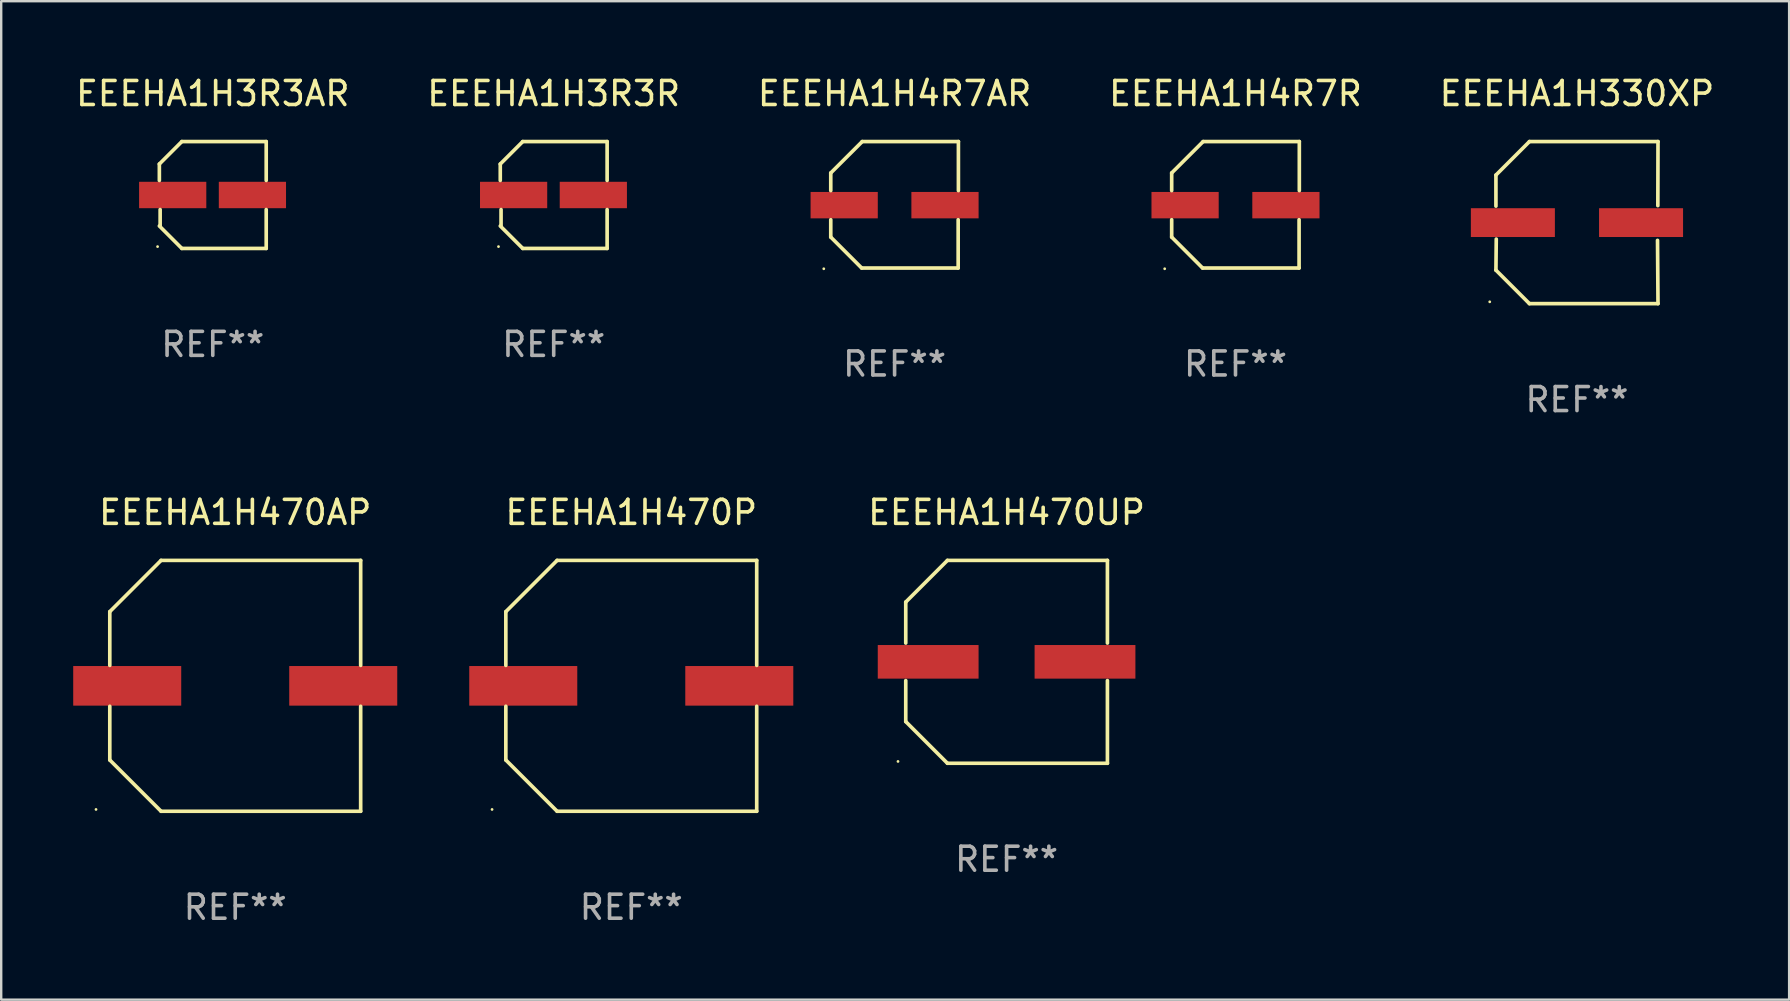
<source format=kicad_pcb>
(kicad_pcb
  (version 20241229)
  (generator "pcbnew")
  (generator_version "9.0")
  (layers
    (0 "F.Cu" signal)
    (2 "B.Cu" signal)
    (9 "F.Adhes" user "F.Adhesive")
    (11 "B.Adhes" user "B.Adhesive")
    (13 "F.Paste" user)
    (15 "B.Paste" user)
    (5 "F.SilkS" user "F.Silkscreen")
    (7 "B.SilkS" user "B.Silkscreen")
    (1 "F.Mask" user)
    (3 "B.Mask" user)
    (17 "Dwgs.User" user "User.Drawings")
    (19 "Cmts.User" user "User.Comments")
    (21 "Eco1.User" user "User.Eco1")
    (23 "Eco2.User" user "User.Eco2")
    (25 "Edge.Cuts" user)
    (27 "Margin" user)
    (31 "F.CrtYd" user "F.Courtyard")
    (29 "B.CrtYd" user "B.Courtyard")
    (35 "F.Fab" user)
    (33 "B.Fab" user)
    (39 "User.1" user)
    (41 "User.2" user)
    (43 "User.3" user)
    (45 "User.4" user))
  (footprint "EEEHA1H330XP"
    (layer "F.Cu")
    (at 62.649 6.224)
    (property "Reference" "EEEHA1H330XP" (at 0 -5.376 0) (layer "F.SilkS") (effects (font (size 1 1) (thickness 0.15))))
    (attr through_hole)
    (fp_line (start -3.376 -1.98) (end -3.376 -0.686) (stroke (width 0.152) (type solid)) (layer "F.SilkS"))
    (fp_line (start -3.376 1.981) (end -3.362 0.686) (stroke (width 0.152) (type solid)) (layer "F.SilkS"))
    (fp_line (start -1.981 3.376) (end -3.376 1.981) (stroke (width 0.152) (type solid)) (layer "F.SilkS"))
    (fp_line (start -1.98 -3.376) (end -3.376 -1.98) (stroke (width 0.152) (type solid)) (layer "F.SilkS"))
    (fp_line (start 3.356 0.74) (end 3.376 3.376) (stroke (width 0.152) (type solid)) (layer "F.SilkS"))
    (fp_line (start 3.369 -0.707) (end 3.376 -3.376) (stroke (width 0.152) (type solid)) (layer "F.SilkS"))
    (fp_line (start 3.376 3.376) (end -1.981 3.376) (stroke (width 0.152) (type solid)) (layer "F.SilkS"))
    (fp_line (start 3.376 -3.376) (end -1.98 -3.376) (stroke (width 0.152) (type solid)) (layer "F.SilkS"))
    (fp_circle (center -3.634 3.3) (end -3.604 3.3) (stroke (width 0.06) (type solid)) (fill no) (layer "F.SilkS"))
    (fp_text user "REF**" (at 0 7.376 0) (layer "F.Fab") (effects (font (size 1 1) (thickness 0.15))))
    (pad "1" smd rect (at -2.67 0.000254) (size 3.5 1.2) (layers "F.Cu" "F.Mask" "F.Paste"))
    (pad "2" smd rect (at 2.67 0.000254) (size 3.5 1.2) (layers "F.Cu" "F.Mask" "F.Paste")))
  (footprint "EEEHA1H470P"
    (layer "F.Cu")
    (at 23.25 25.523)
    (property "Reference" "EEEHA1H470P" (at 0 -7.226 0) (layer "F.SilkS") (effects (font (size 1 1) (thickness 0.15))))
    (attr through_hole)
    (fp_line (start -5.226 -3.09) (end -5.226 -0.852) (stroke (width 0.152) (type solid)) (layer "F.SilkS"))
    (fp_line (start -5.226 3.09) (end -5.226 0.852) (stroke (width 0.152) (type solid)) (layer "F.SilkS"))
    (fp_line (start -3.09 -5.226) (end -5.226 -3.09) (stroke (width 0.152) (type solid)) (layer "F.SilkS"))
    (fp_line (start -3.09 5.226) (end -5.226 3.09) (stroke (width 0.152) (type solid)) (layer "F.SilkS"))
    (fp_line (start 5.226 -5.226) (end -3.09 -5.226) (stroke (width 0.152) (type solid)) (layer "F.SilkS"))
    (fp_line (start 5.226 -0.852) (end 5.226 -5.226) (stroke (width 0.152) (type solid)) (layer "F.SilkS"))
    (fp_line (start 5.226 0.852) (end 5.226 5.226) (stroke (width 0.152) (type solid)) (layer "F.SilkS"))
    (fp_line (start 5.226 5.226) (end -3.09 5.226) (stroke (width 0.152) (type solid)) (layer "F.SilkS"))
    (fp_circle (center -5.8 5.15) (end -5.77 5.15) (stroke (width 0.06) (type solid)) (fill no) (layer "F.SilkS"))
    (fp_text user "REF**" (at 0 9.226 0) (layer "F.Fab") (effects (font (size 1 1) (thickness 0.15))))
    (pad "1" smd rect (at -4.5 0) (size 4.5 1.65) (layers "F.Cu" "F.Mask" "F.Paste"))
    (pad "2" smd rect (at 4.5 0) (size 4.5 1.65) (layers "F.Cu" "F.Mask" "F.Paste")))
  (footprint "EEEHA1H4R7AR"
    (layer "F.Cu")
    (at 34.22 5.482)
    (property "Reference" "EEEHA1H4R7AR" (at 0 -4.634 0) (layer "F.SilkS") (effects (font (size 1 1) (thickness 0.15))))
    (attr through_hole)
    (fp_line (start -2.659 -1.326) (end -2.659 -0.592) (stroke (width 0.152) (type solid)) (layer "F.SilkS"))
    (fp_line (start -2.659 1.346) (end -2.659 0.622) (stroke (width 0.152) (type solid)) (layer "F.SilkS"))
    (fp_line (start -1.372 2.634) (end -2.659 1.346) (stroke (width 0.152) (type solid)) (layer "F.SilkS"))
    (fp_line (start -1.349 -2.634) (end -2.659 -1.326) (stroke (width 0.152) (type solid)) (layer "F.SilkS"))
    (fp_line (start 2.649 0.622) (end 2.649 2.634) (stroke (width 0.152) (type solid)) (layer "F.SilkS"))
    (fp_line (start 2.649 2.634) (end -1.372 2.634) (stroke (width 0.152) (type solid)) (layer "F.SilkS"))
    (fp_line (start 2.659 -2.634) (end -1.349 -2.634) (stroke (width 0.152) (type solid)) (layer "F.SilkS"))
    (fp_line (start 2.659 -0.592) (end 2.659 -2.634) (stroke (width 0.152) (type solid)) (layer "F.SilkS"))
    (fp_circle (center -2.95 2.665) (end -2.92 2.665) (stroke (width 0.06) (type solid)) (fill no) (layer "F.SilkS"))
    (fp_text user "REF**" (at 0 6.634 0) (layer "F.Fab") (effects (font (size 1 1) (thickness 0.15))))
    (pad "1" smd rect (at -2.1 0.015) (size 2.8 1.1) (layers "F.Cu" "F.Mask" "F.Paste"))
    (pad "2" smd rect (at 2.1 0.015) (size 2.8 1.1) (layers "F.Cu" "F.Mask" "F.Paste")))
  (footprint "EEEHA1H3R3R"
    (layer "F.Cu")
    (at 20.018 5.074)
    (property "Reference" "EEEHA1H3R3R" (at 0 -4.226 0) (layer "F.SilkS") (effects (font (size 1 1) (thickness 0.15))))
    (attr through_hole)
    (fp_line (start -2.226 -1.29) (end -2.226 -0.607) (stroke (width 0.152) (type solid)) (layer "F.SilkS"))
    (fp_line (start -2.193 1.29) (end -2.193 0.607) (stroke (width 0.152) (type solid)) (layer "F.SilkS"))
    (fp_line (start -1.29 2.226) (end -2.226 1.29) (stroke (width 0.152) (type solid)) (layer "F.SilkS"))
    (fp_line (start -1.29 -2.226) (end -2.226 -1.29) (stroke (width 0.152) (type solid)) (layer "F.SilkS"))
    (fp_line (start 2.226 -2.226) (end -1.29 -2.226) (stroke (width 0.152) (type solid)) (layer "F.SilkS"))
    (fp_line (start 2.226 -0.607) (end 2.226 -2.226) (stroke (width 0.152) (type solid)) (layer "F.SilkS"))
    (fp_line (start 2.226 0.607) (end 2.226 2.226) (stroke (width 0.152) (type solid)) (layer "F.SilkS"))
    (fp_line (start 2.226 2.226) (end -1.29 2.226) (stroke (width 0.152) (type solid)) (layer "F.SilkS"))
    (fp_circle (center -2.3 2.15) (end -2.27 2.15) (stroke (width 0.06) (type solid)) (fill no) (layer "F.SilkS"))
    (fp_text user "REF**" (at 0 6.226 0) (layer "F.Fab") (effects (font (size 1 1) (thickness 0.15))))
    (pad "1" smd rect (at -1.67 -0.000025) (size 2.8 1.1) (layers "F.Cu" "F.Mask" "F.Paste"))
    (pad "2" smd rect (at 1.651 -0.000025) (size 2.8 1.1) (layers "F.Cu" "F.Mask" "F.Paste")))
  (footprint "EEEHA1H470AP"
    (layer "F.Cu")
    (at 6.75 25.523)
    (property "Reference" "EEEHA1H470AP" (at 0 -7.226 0) (layer "F.SilkS") (effects (font (size 1 1) (thickness 0.15))))
    (attr through_hole)
    (fp_line (start -5.226 -3.09) (end -5.226 -0.852) (stroke (width 0.152) (type solid)) (layer "F.SilkS"))
    (fp_line (start -5.226 3.09) (end -5.226 0.852) (stroke (width 0.152) (type solid)) (layer "F.SilkS"))
    (fp_line (start -3.09 -5.226) (end -5.226 -3.09) (stroke (width 0.152) (type solid)) (layer "F.SilkS"))
    (fp_line (start -3.09 5.226) (end -5.226 3.09) (stroke (width 0.152) (type solid)) (layer "F.SilkS"))
    (fp_line (start 5.226 -5.226) (end -3.09 -5.226) (stroke (width 0.152) (type solid)) (layer "F.SilkS"))
    (fp_line (start 5.226 -0.852) (end 5.226 -5.226) (stroke (width 0.152) (type solid)) (layer "F.SilkS"))
    (fp_line (start 5.226 0.852) (end 5.226 5.226) (stroke (width 0.152) (type solid)) (layer "F.SilkS"))
    (fp_line (start 5.226 5.226) (end -3.09 5.226) (stroke (width 0.152) (type solid)) (layer "F.SilkS"))
    (fp_circle (center -5.8 5.15) (end -5.77 5.15) (stroke (width 0.06) (type solid)) (fill no) (layer "F.SilkS"))
    (fp_text user "REF**" (at 0 9.226 0) (layer "F.Fab") (effects (font (size 1 1) (thickness 0.15))))
    (pad "1" smd rect (at -4.5 0) (size 4.5 1.65) (layers "F.Cu" "F.Mask" "F.Paste"))
    (pad "2" smd rect (at 4.5 0) (size 4.5 1.65) (layers "F.Cu" "F.Mask" "F.Paste")))
  (footprint "EEEHA1H470UP"
    (layer "F.Cu")
    (at 38.886 24.523)
    (property "Reference" "EEEHA1H470UP" (at 0 -6.226 0) (layer "F.SilkS") (effects (font (size 1 1) (thickness 0.15))))
    (attr through_hole)
    (fp_line (start -4.201 -2.49) (end -4.201 -0.782) (stroke (width 0.152) (type solid)) (layer "F.SilkS"))
    (fp_line (start -4.201 2.49) (end -4.201 0.782) (stroke (width 0.152) (type solid)) (layer "F.SilkS"))
    (fp_line (start -2.465 -4.226) (end -4.201 -2.49) (stroke (width 0.152) (type solid)) (layer "F.SilkS"))
    (fp_line (start -2.465 4.226) (end -4.201 2.49) (stroke (width 0.152) (type solid)) (layer "F.SilkS"))
    (fp_line (start 4.201 -4.226) (end -2.465 -4.226) (stroke (width 0.152) (type solid)) (layer "F.SilkS"))
    (fp_line (start 4.201 -0.782) (end 4.201 -4.226) (stroke (width 0.152) (type solid)) (layer "F.SilkS"))
    (fp_line (start 4.201 0.782) (end 4.201 4.226) (stroke (width 0.152) (type solid)) (layer "F.SilkS"))
    (fp_line (start 4.201 4.226) (end -2.465 4.226) (stroke (width 0.152) (type solid)) (layer "F.SilkS"))
    (fp_circle (center -4.524 4.15) (end -4.494 4.15) (stroke (width 0.06) (type solid)) (fill no) (layer "F.SilkS"))
    (fp_text user "REF**" (at 0 8.226 0) (layer "F.Fab") (effects (font (size 1 1) (thickness 0.15))))
    (pad "1" smd rect (at -3.267 0) (size 4.2 1.4) (layers "F.Cu" "F.Mask" "F.Paste"))
    (pad "2" smd rect (at 3.267 0) (size 4.2 1.4) (layers "F.Cu" "F.Mask" "F.Paste")))
  (footprint "EEEHA1H3R3AR"
    (layer "F.Cu")
    (at 5.815 5.074)
    (property "Reference" "EEEHA1H3R3AR" (at 0 -4.226 0) (layer "F.SilkS") (effects (font (size 1 1) (thickness 0.15))))
    (attr through_hole)
    (fp_line (start -2.226 -1.29) (end -2.226 -0.607) (stroke (width 0.152) (type solid)) (layer "F.SilkS"))
    (fp_line (start -2.193 1.29) (end -2.193 0.607) (stroke (width 0.152) (type solid)) (layer "F.SilkS"))
    (fp_line (start -1.29 2.226) (end -2.226 1.29) (stroke (width 0.152) (type solid)) (layer "F.SilkS"))
    (fp_line (start -1.29 -2.226) (end -2.226 -1.29) (stroke (width 0.152) (type solid)) (layer "F.SilkS"))
    (fp_line (start 2.226 -2.226) (end -1.29 -2.226) (stroke (width 0.152) (type solid)) (layer "F.SilkS"))
    (fp_line (start 2.226 -0.607) (end 2.226 -2.226) (stroke (width 0.152) (type solid)) (layer "F.SilkS"))
    (fp_line (start 2.226 0.607) (end 2.226 2.226) (stroke (width 0.152) (type solid)) (layer "F.SilkS"))
    (fp_line (start 2.226 2.226) (end -1.29 2.226) (stroke (width 0.152) (type solid)) (layer "F.SilkS"))
    (fp_circle (center -2.3 2.15) (end -2.27 2.15) (stroke (width 0.06) (type solid)) (fill no) (layer "F.SilkS"))
    (fp_text user "REF**" (at 0 6.226 0) (layer "F.Fab") (effects (font (size 1 1) (thickness 0.15))))
    (pad "1" smd rect (at -1.67 -0.000025) (size 2.8 1.1) (layers "F.Cu" "F.Mask" "F.Paste"))
    (pad "2" smd rect (at 1.651 -0.000025) (size 2.8 1.1) (layers "F.Cu" "F.Mask" "F.Paste")))
  (footprint "EEEHA1H4R7R"
    (layer "F.Cu")
    (at 48.423 5.482)
    (property "Reference" "EEEHA1H4R7R" (at 0 -4.634 0) (layer "F.SilkS") (effects (font (size 1 1) (thickness 0.15))))
    (attr through_hole)
    (fp_line (start -2.659 -1.326) (end -2.659 -0.592) (stroke (width 0.152) (type solid)) (layer "F.SilkS"))
    (fp_line (start -2.659 1.346) (end -2.659 0.622) (stroke (width 0.152) (type solid)) (layer "F.SilkS"))
    (fp_line (start -1.372 2.634) (end -2.659 1.346) (stroke (width 0.152) (type solid)) (layer "F.SilkS"))
    (fp_line (start -1.349 -2.634) (end -2.659 -1.326) (stroke (width 0.152) (type solid)) (layer "F.SilkS"))
    (fp_line (start 2.649 0.622) (end 2.649 2.634) (stroke (width 0.152) (type solid)) (layer "F.SilkS"))
    (fp_line (start 2.649 2.634) (end -1.372 2.634) (stroke (width 0.152) (type solid)) (layer "F.SilkS"))
    (fp_line (start 2.659 -2.634) (end -1.349 -2.634) (stroke (width 0.152) (type solid)) (layer "F.SilkS"))
    (fp_line (start 2.659 -0.592) (end 2.659 -2.634) (stroke (width 0.152) (type solid)) (layer "F.SilkS"))
    (fp_circle (center -2.95 2.665) (end -2.92 2.665) (stroke (width 0.06) (type solid)) (fill no) (layer "F.SilkS"))
    (fp_text user "REF**" (at 0 6.634 0) (layer "F.Fab") (effects (font (size 1 1) (thickness 0.15))))
    (pad "1" smd rect (at -2.1 0.015) (size 2.8 1.1) (layers "F.Cu" "F.Mask" "F.Paste"))
    (pad "2" smd rect (at 2.1 0.015) (size 2.8 1.1) (layers "F.Cu" "F.Mask" "F.Paste")))
  (gr_rect
    (start -3 -3)
    (end 71.488 38.597)
    (stroke (width 0.1) (type default))
    (fill no)
    (layer "Edge.Cuts")))
</source>
